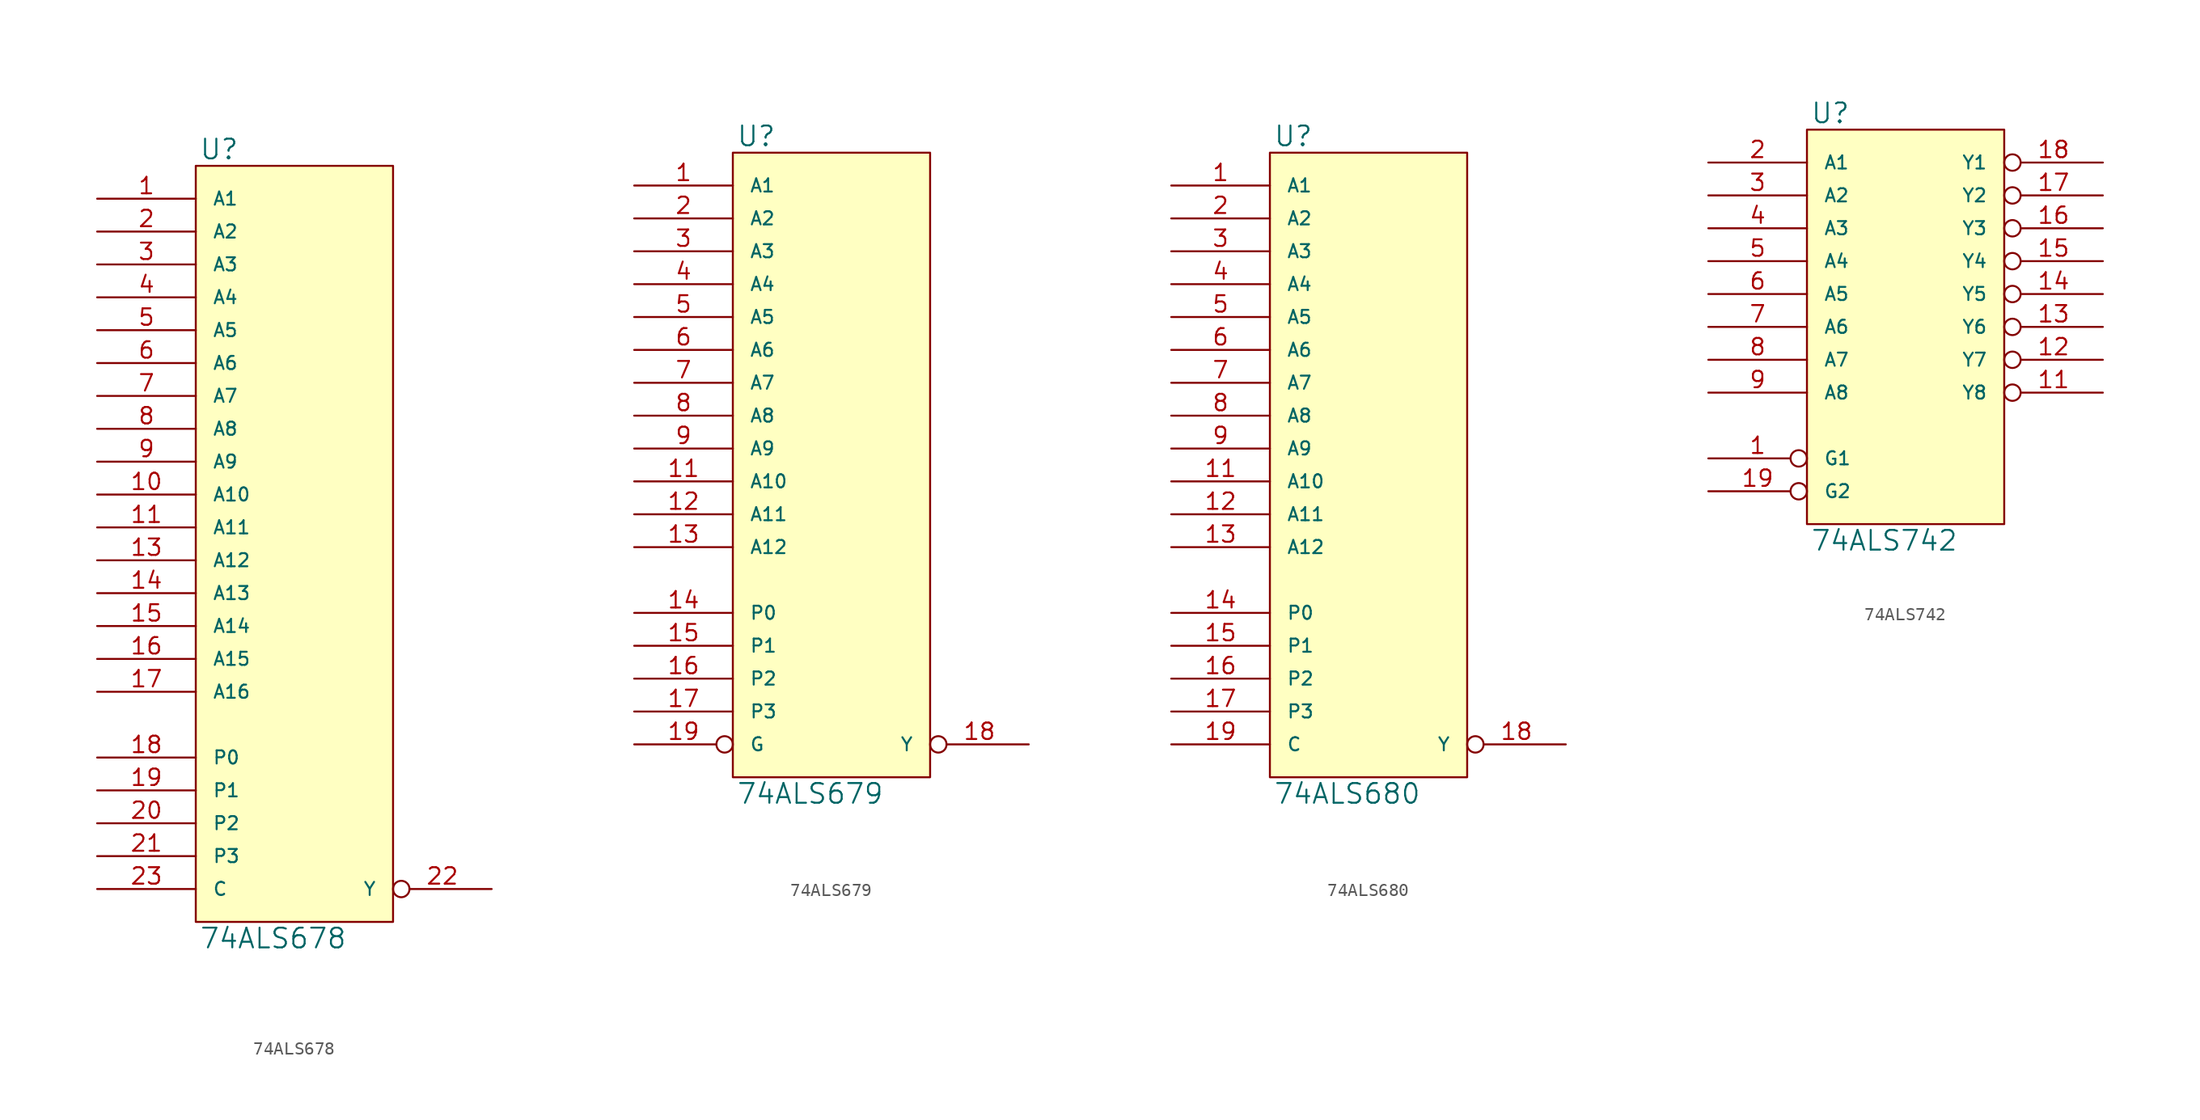
<source format=kicad_sym>
(kicad_symbol_lib
  (version 20231120)
  (generator "kicad_symbol_editor")
  (generator_version "8.0")
  (symbol "74ALS678"
    (pin_names
      (offset 1.27))
    (property "Reference" "U"
      (at 0.254 0.381 0)
      (effects (font (size 1.524 1.524)) (justify left bottom)))
    (property "Value" "74ALS678"
      (at 0.254 -58.801 0)
      (effects (font (size 1.524 1.524)) (justify left top)))
    (symbol "74ALS678_0_1"
      (rectangle (start 0 0) (end 15.24 -58.42) (stroke (width 0) (type solid)) (fill (type background))))
    (symbol "74ALS678_1_1"
      (pin input line (at -7.62 -2.54 0) (length 7.62) (name "A1" (effects (font (size 1.016 1.016)))) (number "1" (effects (font (size 1.27 1.27)))))
      (pin input line (at -7.62 -25.4 0) (length 7.62) (name "A10" (effects (font (size 1.016 1.016)))) (number "10" (effects (font (size 1.27 1.27)))))
      (pin input line (at -7.62 -27.94 0) (length 7.62) (name "A11" (effects (font (size 1.016 1.016)))) (number "11" (effects (font (size 1.27 1.27)))))
      (pin power_in line (at 0 -58.42 90) (length 0) hide (name "GND" (effects (font (size 1.016 1.016)))) (number "12" (effects (font (size 1.27 1.27)))))
      (pin input line (at -7.62 -30.48 0) (length 7.62) (name "A12" (effects (font (size 1.016 1.016)))) (number "13" (effects (font (size 1.27 1.27)))))
      (pin input line (at -7.62 -33.02 0) (length 7.62) (name "A13" (effects (font (size 1.016 1.016)))) (number "14" (effects (font (size 1.27 1.27)))))
      (pin input line (at -7.62 -35.56 0) (length 7.62) (name "A14" (effects (font (size 1.016 1.016)))) (number "15" (effects (font (size 1.27 1.27)))))
      (pin input line (at -7.62 -38.1 0) (length 7.62) (name "A15" (effects (font (size 1.016 1.016)))) (number "16" (effects (font (size 1.27 1.27)))))
      (pin input line (at -7.62 -40.64 0) (length 7.62) (name "A16" (effects (font (size 1.016 1.016)))) (number "17" (effects (font (size 1.27 1.27)))))
      (pin input line (at -7.62 -45.72 0) (length 7.62) (name "P0" (effects (font (size 1.016 1.016)))) (number "18" (effects (font (size 1.27 1.27)))))
      (pin input line (at -7.62 -48.26 0) (length 7.62) (name "P1" (effects (font (size 1.016 1.016)))) (number "19" (effects (font (size 1.27 1.27)))))
      (pin input line (at -7.62 -5.08 0) (length 7.62) (name "A2" (effects (font (size 1.016 1.016)))) (number "2" (effects (font (size 1.27 1.27)))))
      (pin input line (at -7.62 -50.8 0) (length 7.62) (name "P2" (effects (font (size 1.016 1.016)))) (number "20" (effects (font (size 1.27 1.27)))))
      (pin input line (at -7.62 -53.34 0) (length 7.62) (name "P3" (effects (font (size 1.016 1.016)))) (number "21" (effects (font (size 1.27 1.27)))))
      (pin output inverted (at 22.86 -55.88 180) (length 7.62) (name "Y" (effects (font (size 1.016 1.016)))) (number "22" (effects (font (size 1.27 1.27)))))
      (pin input line (at -7.62 -55.88 0) (length 7.62) (name "C" (effects (font (size 1.016 1.016)))) (number "23" (effects (font (size 1.27 1.27)))))
      (pin power_in line (at 0 0 270) (length 0) hide (name "VCC" (effects (font (size 1.016 1.016)))) (number "24" (effects (font (size 1.27 1.27)))))
      (pin input line (at -7.62 -7.62 0) (length 7.62) (name "A3" (effects (font (size 1.016 1.016)))) (number "3" (effects (font (size 1.27 1.27)))))
      (pin input line (at -7.62 -10.16 0) (length 7.62) (name "A4" (effects (font (size 1.016 1.016)))) (number "4" (effects (font (size 1.27 1.27)))))
      (pin input line (at -7.62 -12.7 0) (length 7.62) (name "A5" (effects (font (size 1.016 1.016)))) (number "5" (effects (font (size 1.27 1.27)))))
      (pin input line (at -7.62 -15.24 0) (length 7.62) (name "A6" (effects (font (size 1.016 1.016)))) (number "6" (effects (font (size 1.27 1.27)))))
      (pin input line (at -7.62 -17.78 0) (length 7.62) (name "A7" (effects (font (size 1.016 1.016)))) (number "7" (effects (font (size 1.27 1.27)))))
      (pin input line (at -7.62 -20.32 0) (length 7.62) (name "A8" (effects (font (size 1.016 1.016)))) (number "8" (effects (font (size 1.27 1.27)))))
      (pin input line (at -7.62 -22.86 0) (length 7.62) (name "A9" (effects (font (size 1.016 1.016)))) (number "9" (effects (font (size 1.27 1.27)))))))
  (symbol "74ALS679"
    (pin_names
      (offset 1.27))
    (property "Reference" "U"
      (at 0.254 0.381 0)
      (effects (font (size 1.524 1.524)) (justify left bottom)))
    (property "Value" "74ALS679"
      (at 0.254 -48.641 0)
      (effects (font (size 1.524 1.524)) (justify left top)))
    (symbol "74ALS679_0_1"
      (rectangle (start 0 0) (end 15.24 -48.26) (stroke (width 0) (type solid)) (fill (type background))))
    (symbol "74ALS679_1_1"
      (pin input line (at -7.62 -2.54 0) (length 7.62) (name "A1" (effects (font (size 1.016 1.016)))) (number "1" (effects (font (size 1.27 1.27)))))
      (pin power_in line (at 0 -48.26 90) (length 0) hide (name "GND" (effects (font (size 1.016 1.016)))) (number "10" (effects (font (size 1.27 1.27)))))
      (pin input line (at -7.62 -25.4 0) (length 7.62) (name "A10" (effects (font (size 1.016 1.016)))) (number "11" (effects (font (size 1.27 1.27)))))
      (pin input line (at -7.62 -27.94 0) (length 7.62) (name "A11" (effects (font (size 1.016 1.016)))) (number "12" (effects (font (size 1.27 1.27)))))
      (pin input line (at -7.62 -30.48 0) (length 7.62) (name "A12" (effects (font (size 1.016 1.016)))) (number "13" (effects (font (size 1.27 1.27)))))
      (pin input line (at -7.62 -35.56 0) (length 7.62) (name "P0" (effects (font (size 1.016 1.016)))) (number "14" (effects (font (size 1.27 1.27)))))
      (pin input line (at -7.62 -38.1 0) (length 7.62) (name "P1" (effects (font (size 1.016 1.016)))) (number "15" (effects (font (size 1.27 1.27)))))
      (pin input line (at -7.62 -40.64 0) (length 7.62) (name "P2" (effects (font (size 1.016 1.016)))) (number "16" (effects (font (size 1.27 1.27)))))
      (pin input line (at -7.62 -43.18 0) (length 7.62) (name "P3" (effects (font (size 1.016 1.016)))) (number "17" (effects (font (size 1.27 1.27)))))
      (pin output inverted (at 22.86 -45.72 180) (length 7.62) (name "Y" (effects (font (size 1.016 1.016)))) (number "18" (effects (font (size 1.27 1.27)))))
      (pin input inverted (at -7.62 -45.72 0) (length 7.62) (name "G" (effects (font (size 1.016 1.016)))) (number "19" (effects (font (size 1.27 1.27)))))
      (pin input line (at -7.62 -5.08 0) (length 7.62) (name "A2" (effects (font (size 1.016 1.016)))) (number "2" (effects (font (size 1.27 1.27)))))
      (pin power_in line (at 0 0 270) (length 0) hide (name "VCC" (effects (font (size 1.016 1.016)))) (number "20" (effects (font (size 1.27 1.27)))))
      (pin input line (at -7.62 -7.62 0) (length 7.62) (name "A3" (effects (font (size 1.016 1.016)))) (number "3" (effects (font (size 1.27 1.27)))))
      (pin input line (at -7.62 -10.16 0) (length 7.62) (name "A4" (effects (font (size 1.016 1.016)))) (number "4" (effects (font (size 1.27 1.27)))))
      (pin input line (at -7.62 -12.7 0) (length 7.62) (name "A5" (effects (font (size 1.016 1.016)))) (number "5" (effects (font (size 1.27 1.27)))))
      (pin input line (at -7.62 -15.24 0) (length 7.62) (name "A6" (effects (font (size 1.016 1.016)))) (number "6" (effects (font (size 1.27 1.27)))))
      (pin input line (at -7.62 -17.78 0) (length 7.62) (name "A7" (effects (font (size 1.016 1.016)))) (number "7" (effects (font (size 1.27 1.27)))))
      (pin input line (at -7.62 -20.32 0) (length 7.62) (name "A8" (effects (font (size 1.016 1.016)))) (number "8" (effects (font (size 1.27 1.27)))))
      (pin input line (at -7.62 -22.86 0) (length 7.62) (name "A9" (effects (font (size 1.016 1.016)))) (number "9" (effects (font (size 1.27 1.27)))))))
  (symbol "74ALS680"
    (pin_names
      (offset 1.27))
    (property "Reference" "U"
      (at 0.254 0.381 0)
      (effects (font (size 1.524 1.524)) (justify left bottom)))
    (property "Value" "74ALS680"
      (at 0.254 -48.641 0)
      (effects (font (size 1.524 1.524)) (justify left top)))
    (symbol "74ALS680_0_1"
      (rectangle (start 0 0) (end 15.24 -48.26) (stroke (width 0) (type solid)) (fill (type background))))
    (symbol "74ALS680_1_1"
      (pin input line (at -7.62 -2.54 0) (length 7.62) (name "A1" (effects (font (size 1.016 1.016)))) (number "1" (effects (font (size 1.27 1.27)))))
      (pin power_in line (at 0 -48.26 90) (length 0) hide (name "GND" (effects (font (size 1.016 1.016)))) (number "10" (effects (font (size 1.27 1.27)))))
      (pin input line (at -7.62 -25.4 0) (length 7.62) (name "A10" (effects (font (size 1.016 1.016)))) (number "11" (effects (font (size 1.27 1.27)))))
      (pin input line (at -7.62 -27.94 0) (length 7.62) (name "A11" (effects (font (size 1.016 1.016)))) (number "12" (effects (font (size 1.27 1.27)))))
      (pin input line (at -7.62 -30.48 0) (length 7.62) (name "A12" (effects (font (size 1.016 1.016)))) (number "13" (effects (font (size 1.27 1.27)))))
      (pin input line (at -7.62 -35.56 0) (length 7.62) (name "P0" (effects (font (size 1.016 1.016)))) (number "14" (effects (font (size 1.27 1.27)))))
      (pin input line (at -7.62 -38.1 0) (length 7.62) (name "P1" (effects (font (size 1.016 1.016)))) (number "15" (effects (font (size 1.27 1.27)))))
      (pin input line (at -7.62 -40.64 0) (length 7.62) (name "P2" (effects (font (size 1.016 1.016)))) (number "16" (effects (font (size 1.27 1.27)))))
      (pin input line (at -7.62 -43.18 0) (length 7.62) (name "P3" (effects (font (size 1.016 1.016)))) (number "17" (effects (font (size 1.27 1.27)))))
      (pin output inverted (at 22.86 -45.72 180) (length 7.62) (name "Y" (effects (font (size 1.016 1.016)))) (number "18" (effects (font (size 1.27 1.27)))))
      (pin input line (at -7.62 -45.72 0) (length 7.62) (name "C" (effects (font (size 1.016 1.016)))) (number "19" (effects (font (size 1.27 1.27)))))
      (pin input line (at -7.62 -5.08 0) (length 7.62) (name "A2" (effects (font (size 1.016 1.016)))) (number "2" (effects (font (size 1.27 1.27)))))
      (pin power_in line (at 0 0 270) (length 0) hide (name "VCC" (effects (font (size 1.016 1.016)))) (number "20" (effects (font (size 1.27 1.27)))))
      (pin input line (at -7.62 -7.62 0) (length 7.62) (name "A3" (effects (font (size 1.016 1.016)))) (number "3" (effects (font (size 1.27 1.27)))))
      (pin input line (at -7.62 -10.16 0) (length 7.62) (name "A4" (effects (font (size 1.016 1.016)))) (number "4" (effects (font (size 1.27 1.27)))))
      (pin input line (at -7.62 -12.7 0) (length 7.62) (name "A5" (effects (font (size 1.016 1.016)))) (number "5" (effects (font (size 1.27 1.27)))))
      (pin input line (at -7.62 -15.24 0) (length 7.62) (name "A6" (effects (font (size 1.016 1.016)))) (number "6" (effects (font (size 1.27 1.27)))))
      (pin input line (at -7.62 -17.78 0) (length 7.62) (name "A7" (effects (font (size 1.016 1.016)))) (number "7" (effects (font (size 1.27 1.27)))))
      (pin input line (at -7.62 -20.32 0) (length 7.62) (name "A8" (effects (font (size 1.016 1.016)))) (number "8" (effects (font (size 1.27 1.27)))))
      (pin input line (at -7.62 -22.86 0) (length 7.62) (name "A9" (effects (font (size 1.016 1.016)))) (number "9" (effects (font (size 1.27 1.27)))))))
  (symbol "74ALS742"
    (pin_names
      (offset 1.27))
    (property "Reference" "U"
      (at 0.254 0.381 0)
      (effects (font (size 1.524 1.524)) (justify left bottom)))
    (property "Value" "74ALS742"
      (at 0.254 -30.861 0)
      (effects (font (size 1.524 1.524)) (justify left top)))
    (symbol "74ALS742_0_1"
      (rectangle (start 0 0) (end 15.24 -30.48) (stroke (width 0) (type solid)) (fill (type background))))
    (symbol "74ALS742_1_1"
      (pin input inverted (at -7.62 -25.4 0) (length 7.62) (name "G1" (effects (font (size 1.016 1.016)))) (number "1" (effects (font (size 1.27 1.27)))))
      (pin power_in line (at 0 -30.48 90) (length 0) hide (name "GND" (effects (font (size 1.016 1.016)))) (number "10" (effects (font (size 1.27 1.27)))))
      (pin open_collector inverted (at 22.86 -20.32 180) (length 7.62) (name "Y8" (effects (font (size 1.016 1.016)))) (number "11" (effects (font (size 1.27 1.27)))))
      (pin open_collector inverted (at 22.86 -17.78 180) (length 7.62) (name "Y7" (effects (font (size 1.016 1.016)))) (number "12" (effects (font (size 1.27 1.27)))))
      (pin open_collector inverted (at 22.86 -15.24 180) (length 7.62) (name "Y6" (effects (font (size 1.016 1.016)))) (number "13" (effects (font (size 1.27 1.27)))))
      (pin open_collector inverted (at 22.86 -12.7 180) (length 7.62) (name "Y5" (effects (font (size 1.016 1.016)))) (number "14" (effects (font (size 1.27 1.27)))))
      (pin open_collector inverted (at 22.86 -10.16 180) (length 7.62) (name "Y4" (effects (font (size 1.016 1.016)))) (number "15" (effects (font (size 1.27 1.27)))))
      (pin open_collector inverted (at 22.86 -7.62 180) (length 7.62) (name "Y3" (effects (font (size 1.016 1.016)))) (number "16" (effects (font (size 1.27 1.27)))))
      (pin open_collector inverted (at 22.86 -5.08 180) (length 7.62) (name "Y2" (effects (font (size 1.016 1.016)))) (number "17" (effects (font (size 1.27 1.27)))))
      (pin open_collector inverted (at 22.86 -2.54 180) (length 7.62) (name "Y1" (effects (font (size 1.016 1.016)))) (number "18" (effects (font (size 1.27 1.27)))))
      (pin input inverted (at -7.62 -27.94 0) (length 7.62) (name "G2" (effects (font (size 1.016 1.016)))) (number "19" (effects (font (size 1.27 1.27)))))
      (pin input line (at -7.62 -2.54 0) (length 7.62) (name "A1" (effects (font (size 1.016 1.016)))) (number "2" (effects (font (size 1.27 1.27)))))
      (pin power_in line (at 0 0 270) (length 0) hide (name "VCC" (effects (font (size 1.016 1.016)))) (number "20" (effects (font (size 1.27 1.27)))))
      (pin input line (at -7.62 -5.08 0) (length 7.62) (name "A2" (effects (font (size 1.016 1.016)))) (number "3" (effects (font (size 1.27 1.27)))))
      (pin input line (at -7.62 -7.62 0) (length 7.62) (name "A3" (effects (font (size 1.016 1.016)))) (number "4" (effects (font (size 1.27 1.27)))))
      (pin input line (at -7.62 -10.16 0) (length 7.62) (name "A4" (effects (font (size 1.016 1.016)))) (number "5" (effects (font (size 1.27 1.27)))))
      (pin input line (at -7.62 -12.7 0) (length 7.62) (name "A5" (effects (font (size 1.016 1.016)))) (number "6" (effects (font (size 1.27 1.27)))))
      (pin input line (at -7.62 -15.24 0) (length 7.62) (name "A6" (effects (font (size 1.016 1.016)))) (number "7" (effects (font (size 1.27 1.27)))))
      (pin input line (at -7.62 -17.78 0) (length 7.62) (name "A7" (effects (font (size 1.016 1.016)))) (number "8" (effects (font (size 1.27 1.27)))))
      (pin input line (at -7.62 -20.32 0) (length 7.62) (name "A8" (effects (font (size 1.016 1.016)))) (number "9" (effects (font (size 1.27 1.27))))))))
</source>
